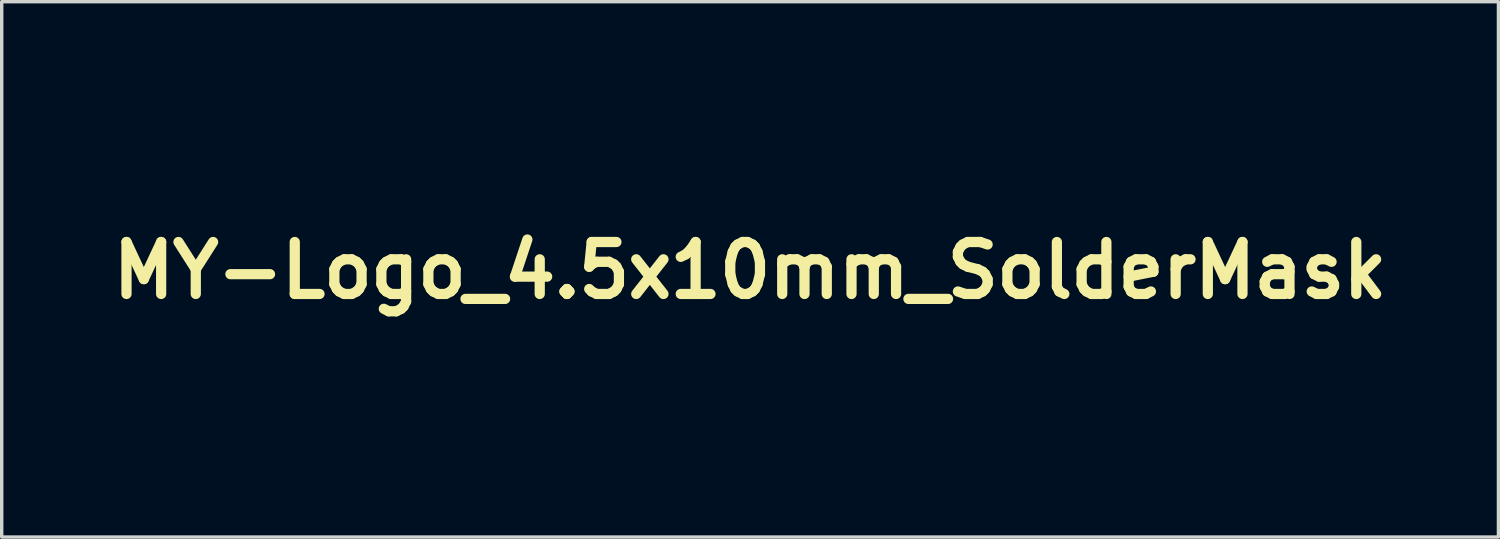
<source format=kicad_pcb>
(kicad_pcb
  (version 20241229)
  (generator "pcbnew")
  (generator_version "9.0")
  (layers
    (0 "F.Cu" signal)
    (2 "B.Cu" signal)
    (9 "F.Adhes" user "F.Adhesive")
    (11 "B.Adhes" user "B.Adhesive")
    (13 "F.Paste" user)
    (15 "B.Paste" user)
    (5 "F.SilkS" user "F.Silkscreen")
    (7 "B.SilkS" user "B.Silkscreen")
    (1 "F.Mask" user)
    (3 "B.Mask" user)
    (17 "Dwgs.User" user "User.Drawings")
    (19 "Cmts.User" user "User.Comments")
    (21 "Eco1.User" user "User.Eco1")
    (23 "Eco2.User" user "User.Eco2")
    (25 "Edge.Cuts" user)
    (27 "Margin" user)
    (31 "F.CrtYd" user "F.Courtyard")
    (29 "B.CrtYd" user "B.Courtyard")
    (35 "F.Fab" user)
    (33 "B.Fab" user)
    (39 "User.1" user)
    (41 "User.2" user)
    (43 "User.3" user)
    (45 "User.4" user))
  (footprint "MY-Logo_4.5x10mm_SolderMask"
    (layer "F.Cu")
    (at 18.948 4.882)
    (property "Reference" "MY-Logo_4.5x10mm_SolderMask" (at 0 0 0) (layer "F.SilkS") (effects (font (size 1.524 1.524) (thickness 0.3))))
    (attr board_only exclude_from_pos_files exclude_from_bom)
    (fp_poly (pts (xy 1.724 2.011) (xy 1.745 2.013) (xy 1.772 2.03) (xy 1.802 2.068) (xy 1.83 2.116) (xy 1.848 2.164) (xy 1.851 2.198) (xy 1.845 2.207) (xy 1.825 2.231) (xy 1.802 2.276) (xy 1.796 2.288) (xy 1.768 2.342) (xy 1.731 2.394) (xy 1.691 2.439) (xy 1.653 2.472) (xy 1.622 2.491) (xy 1.603 2.489) (xy 1.602 2.463) (xy 1.604 2.453) (xy 1.627 2.401) (xy 1.643 2.373) (xy 1.657 2.329) (xy 1.652 2.306) (xy 1.615 2.216) (xy 1.606 2.144) (xy 1.623 2.081) (xy 1.628 2.07) (xy 1.657 2.03) (xy 1.682 2.009) (xy 1.686 2.008)) (stroke (width 0) (type solid)) (fill yes) (layer "F.Mask"))
    (fp_poly (pts (xy 0.745 -4.81) (xy 0.872 -4.728) (xy 0.97 -4.63) (xy 1.035 -4.521) (xy 1.044 -4.498) (xy 1.058 -4.451) (xy 1.073 -4.39) (xy 1.09 -4.309) (xy 1.109 -4.203) (xy 1.132 -4.066) (xy 1.142 -4.003) (xy 1.157 -3.911) (xy 1.173 -3.82) (xy 1.187 -3.747) (xy 1.191 -3.732) (xy 1.212 -3.633) (xy 1.379 -3.641) (xy 1.481 -3.648) (xy 1.591 -3.657) (xy 1.689 -3.667) (xy 1.694 -3.667) (xy 1.802 -3.677) (xy 1.881 -3.674) (xy 1.94 -3.658) (xy 1.989 -3.625) (xy 2.016 -3.597) (xy 2.043 -3.56) (xy 2.061 -3.518) (xy 2.072 -3.464) (xy 2.074 -3.392) (xy 2.07 -3.296) (xy 2.059 -3.171) (xy 2.052 -3.107) (xy 2.042 -3.001) (xy 2.034 -2.875) (xy 2.028 -2.748) (xy 2.027 -2.678) (xy 2.024 -2.562) (xy 2.019 -2.416) (xy 2.013 -2.246) (xy 2.006 -2.061) (xy 1.998 -1.868) (xy 1.99 -1.675) (xy 1.981 -1.489) (xy 1.972 -1.319) (xy 1.964 -1.171) (xy 1.958 -1.066) (xy 1.95 -0.933) (xy 1.942 -0.779) (xy 1.935 -0.609) (xy 1.928 -0.43) (xy 1.922 -0.246) (xy 1.917 -0.065) (xy 1.912 0.11) (xy 1.91 0.271) (xy 1.908 0.413) (xy 1.908 0.531) (xy 1.91 0.618) (xy 1.911 0.643) (xy 1.927 0.857) (xy 1.952 1.067) (xy 1.982 1.263) (xy 2.017 1.434) (xy 2.03 1.487) (xy 2.048 1.561) (xy 2.062 1.626) (xy 2.071 1.69) (xy 2.077 1.764) (xy 2.08 1.854) (xy 2.082 1.97) (xy 2.082 2.035) (xy 2.083 2.39) (xy 1.961 2.621) (xy 1.893 2.742) (xy 1.833 2.833) (xy 1.777 2.899) (xy 1.719 2.945) (xy 1.655 2.977) (xy 1.64 2.982) (xy 1.615 2.991) (xy 1.595 3.002) (xy 1.577 3.019) (xy 1.56 3.047) (xy 1.54 3.091) (xy 1.516 3.156) (xy 1.485 3.247) (xy 1.445 3.37) (xy 1.439 3.386) (xy 1.396 3.504) (xy 1.345 3.627) (xy 1.287 3.749) (xy 1.228 3.866) (xy 1.168 3.972) (xy 1.111 4.062) (xy 1.06 4.131) (xy 1.018 4.174) (xy 0.992 4.185) (xy 0.97 4.202) (xy 0.947 4.242) (xy 0.943 4.254) (xy 0.92 4.295) (xy 0.875 4.355) (xy 0.816 4.424) (xy 0.761 4.483) (xy 0.644 4.593) (xy 0.535 4.671) (xy 0.43 4.721) (xy 0.32 4.747) (xy 0.307 4.749) (xy 0.239 4.76) (xy 0.156 4.777) (xy 0.106 4.79) (xy 0.029 4.804) (xy -0.069 4.814) (xy -0.179 4.818) (xy -0.289 4.817) (xy -0.39 4.811) (xy -0.472 4.801) (xy -0.515 4.789) (xy -0.566 4.762) (xy -0.624 4.722) (xy -0.679 4.679) (xy -0.723 4.637) (xy -0.747 4.606) (xy -0.749 4.6) (xy -0.759 4.574) (xy -0.786 4.526) (xy -0.826 4.463) (xy -0.85 4.427) (xy -0.901 4.35) (xy -0.95 4.273) (xy -0.989 4.211) (xy -0.998 4.196) (xy -1.117 4.015) (xy -1.25 3.846) (xy -1.263 3.831) (xy -1.008 3.831) (xy -0.999 3.847) (xy -0.982 3.882) (xy -0.979 3.901) (xy -0.971 3.93) (xy -0.961 3.936) (xy -0.946 3.953) (xy -0.933 3.995) (xy -0.93 4.008) (xy -0.91 4.069) (xy -0.874 4.134) (xy -0.862 4.151) (xy -0.829 4.197) (xy -0.809 4.234) (xy -0.806 4.243) (xy -0.792 4.276) (xy -0.761 4.308) (xy -0.732 4.32) (xy -0.708 4.305) (xy -0.691 4.281) (xy -0.681 4.249) (xy -0.699 4.232) (xy -0.701 4.231) (xy -0.725 4.205) (xy -0.727 4.188) (xy -0.732 4.147) (xy -0.744 4.109) (xy -0.751 4.06) (xy -0.73 4.031) (xy -0.686 4.028) (xy -0.659 4.037) (xy -0.62 4.049) (xy -0.598 4.036) (xy -0.595 4.032) (xy -0.573 4.016) (xy -0.553 4.026) (xy -0.52 4.037) (xy -0.464 4.042) (xy -0.428 4.04) (xy -0.365 4.038) (xy -0.328 4.046) (xy -0.304 4.067) (xy -0.3 4.072) (xy -0.275 4.096) (xy -0.26 4.091) (xy -0.262 4.072) (xy -0.271 4.07) (xy -0.285 4.063) (xy -0.282 4.058) (xy -0.259 4.058) (xy -0.242 4.068) (xy -0.224 4.101) (xy -0.23 4.146) (xy -0.235 4.205) (xy -0.226 4.274) (xy -0.225 4.276) (xy -0.211 4.323) (xy -0.192 4.345) (xy -0.157 4.35) (xy -0.117 4.349) (xy -0.034 4.335) (xy 0.038 4.304) (xy 0.078 4.277) (xy 0.098 4.26) (xy 0.098 4.258) (xy 0.096 4.237) (xy 0.107 4.203) (xy 0.123 4.174) (xy 0.133 4.166) (xy 0.152 4.15) (xy 0.161 4.116) (xy 0.158 4.08) (xy 0.148 4.066) (xy 0.135 4.054) (xy 0.149 4.051) (xy 0.171 4.039) (xy 0.167 4.008) (xy 0.14 3.967) (xy 0.121 3.947) (xy 0.095 3.926) (xy 0.768 3.926) (xy 0.778 3.936) (xy 0.787 3.926) (xy 0.778 3.917) (xy 0.768 3.926) (xy 0.095 3.926) (xy 0.083 3.917) (xy 0.056 3.913) (xy 0.041 3.922) (xy 0.023 3.932) (xy 0.019 3.916) (xy 0.023 3.881) (xy 0.027 3.838) (xy 0.016 3.823) (xy -0.012 3.826) (xy -0.05 3.824) (xy -0.065 3.813) (xy -0.073 3.809) (xy -0.075 3.823) (xy -0.093 3.849) (xy -0.131 3.864) (xy -0.171 3.863) (xy -0.191 3.852) (xy -0.209 3.843) (xy -0.211 3.853) (xy -0.228 3.869) (xy -0.271 3.888) (xy -0.296 3.895) (xy -0.378 3.912) (xy -0.423 3.915) (xy -0.434 3.902) (xy -0.432 3.897) (xy -0.433 3.88) (xy -0.44 3.878) (xy -0.46 3.891) (xy -0.461 3.896) (xy -0.476 3.909) (xy -0.512 3.907) (xy -0.557 3.895) (xy -0.597 3.875) (xy -0.604 3.869) (xy -0.538 3.869) (xy -0.528 3.878) (xy -0.518 3.869) (xy -0.528 3.859) (xy -0.538 3.869) (xy -0.604 3.869) (xy -0.614 3.86) (xy -0.651 3.831) (xy -0.682 3.823) (xy -0.72 3.82) (xy -0.782 3.812) (xy -0.842 3.802) (xy -0.916 3.792) (xy -0.962 3.792) (xy -0.99 3.802) (xy -0.992 3.804) (xy -1.008 3.831) (xy -1.263 3.831) (xy -1.264 3.83) (xy -1.334 3.747) (xy -1.387 3.671) (xy -1.43 3.588) (xy -1.471 3.487) (xy -1.493 3.427) (xy -1.533 3.311) (xy -1.563 3.227) (xy -1.585 3.168) (xy -1.588 3.164) (xy -1.506 3.164) (xy -1.496 3.197) (xy -1.477 3.247) (xy -1.447 3.326) (xy -1.418 3.409) (xy -1.407 3.445) (xy -1.379 3.523) (xy -1.348 3.585) (xy -1.319 3.622) (xy -1.303 3.629) (xy -1.279 3.617) (xy -1.241 3.589) (xy -1.238 3.587) (xy -1.205 3.545) (xy -1.19 3.503) (xy -1.19 3.503) (xy -1.177 3.45) (xy -1.14 3.426) (xy -1.086 3.434) (xy -1.079 3.437) (xy -1.039 3.456) (xy -1.017 3.464) (xy -0.998 3.477) (xy -0.963 3.507) (xy -0.95 3.519) (xy -0.894 3.558) (xy -0.825 3.591) (xy -0.806 3.598) (xy -0.749 3.612) (xy -0.711 3.611) (xy -0.676 3.595) (xy -0.672 3.593) (xy -0.632 3.562) (xy -0.609 3.538) (xy -0.579 3.516) (xy -0.567 3.513) (xy -0.538 3.498) (xy -0.532 3.487) (xy -0.507 3.466) (xy -0.463 3.449) (xy -0.462 3.449) (xy -0.398 3.427) (xy -0.344 3.392) (xy -0.306 3.35) (xy -0.287 3.309) (xy -0.294 3.274) (xy -0.318 3.256) (xy -0.337 3.235) (xy -0.334 3.221) (xy -0.33 3.207) (xy -0.336 3.211) (xy -0.361 3.211) (xy -0.402 3.193) (xy -0.413 3.187) (xy -0.455 3.166) (xy -0.484 3.16) (xy -0.487 3.162) (xy -0.496 3.156) (xy -0.499 3.135) (xy -0.512 3.098) (xy -0.528 3.084) (xy -0.554 3.059) (xy -0.557 3.044) (xy -0.572 3.013) (xy -0.595 2.995) (xy -0.63 2.961) (xy -0.645 2.929) (xy -0.674 2.884) (xy -0.731 2.854) (xy -0.805 2.844) (xy -0.822 2.845) (xy -0.859 2.851) (xy -0.883 2.87) (xy -0.905 2.91) (xy -0.922 2.952) (xy -0.943 3.011) (xy -0.957 3.055) (xy -0.96 3.072) (xy -0.972 3.096) (xy -1 3.132) (xy -1.034 3.168) (xy -1.063 3.191) (xy -1.072 3.194) (xy -1.1 3.198) (xy -1.11 3.202) (xy -1.136 3.205) (xy -1.186 3.203) (xy -1.264 3.196) (xy -1.375 3.183) (xy -1.402 3.179) (xy -1.454 3.169) (xy -1.484 3.159) (xy -1.502 3.154) (xy -1.506 3.164) (xy -1.588 3.164) (xy -1.604 3.13) (xy -1.62 3.108) (xy -1.637 3.097) (xy -1.658 3.091) (xy -1.671 3.088) (xy -1.717 3.075) (xy -1.744 3.06) (xy -1.745 3.059) (xy -1.766 3.039) (xy -1.807 3.006) (xy -1.828 2.99) (xy -1.921 2.899) (xy -1.99 2.788) (xy -2.032 2.666) (xy -2.043 2.542) (xy -2.036 2.486) (xy -2.021 2.438) (xy -2.013 2.418) (xy -1.762 2.418) (xy -1.758 2.445) (xy -1.729 2.457) (xy -1.685 2.461) (xy -1.625 2.464) (xy -1.599 2.461) (xy -1.599 2.447) (xy -1.617 2.424) (xy -1.647 2.377) (xy -1.66 2.347) (xy -1.681 2.311) (xy -1.709 2.309) (xy -1.736 2.342) (xy -1.745 2.364) (xy -1.762 2.418) (xy -2.013 2.418) (xy -1.992 2.367) (xy -1.953 2.283) (xy -1.915 2.208) (xy -1.87 2.122) (xy -1.84 2.061) (xy -1.824 2.017) (xy -1.818 1.98) (xy -1.819 1.942) (xy -1.826 1.901) (xy -1.833 1.847) (xy -1.842 1.764) (xy -1.852 1.659) (xy -1.863 1.542) (xy -1.872 1.43) (xy -1.884 1.285) (xy -1.885 1.271) (xy -1.823 1.271) (xy -1.821 1.359) (xy -1.811 1.481) (xy -1.805 1.536) (xy -1.794 1.632) (xy -1.781 1.731) (xy -1.767 1.829) (xy -1.752 1.919) (xy -1.738 1.994) (xy -1.726 2.051) (xy -1.717 2.082) (xy -1.711 2.081) (xy -1.711 2.078) (xy -1.694 2.064) (xy -1.654 2.067) (xy -1.603 2.084) (xy -1.563 2.105) (xy -1.528 2.121) (xy -1.511 2.119) (xy -1.492 2.123) (xy -1.462 2.151) (xy -1.458 2.157) (xy -1.42 2.192) (xy -1.383 2.208) (xy -1.381 2.208) (xy -1.35 2.216) (xy -1.344 2.227) (xy -1.328 2.244) (xy -1.315 2.246) (xy -1.29 2.257) (xy -1.286 2.265) (xy -1.27 2.279) (xy -1.231 2.285) (xy -1.186 2.294) (xy -1.164 2.313) (xy -1.138 2.335) (xy -1.097 2.342) (xy -1.048 2.352) (xy -1.018 2.371) (xy -0.98 2.396) (xy -0.959 2.4) (xy -0.922 2.41) (xy -0.911 2.42) (xy -0.885 2.433) (xy -0.871 2.43) (xy -0.857 2.431) (xy -0.85 2.45) (xy -0.851 2.495) (xy -0.855 2.553) (xy -0.86 2.622) (xy -0.86 2.677) (xy -0.855 2.706) (xy -0.855 2.706) (xy -0.825 2.723) (xy -0.773 2.725) (xy -0.712 2.713) (xy -0.67 2.696) (xy -0.631 2.67) (xy -0.622 2.642) (xy -0.626 2.624) (xy -0.652 2.579) (xy -0.673 2.558) (xy -0.708 2.516) (xy -0.712 2.47) (xy -0.685 2.431) (xy -0.675 2.424) (xy -0.627 2.405) (xy -0.594 2.4) (xy -0.556 2.388) (xy -0.543 2.376) (xy -0.515 2.358) (xy -0.47 2.349) (xy -0.328 2.333) (xy -0.221 2.304) (xy 1.21 2.304) (xy 1.217 2.32) (xy 1.222 2.317) (xy 1.225 2.294) (xy 1.222 2.291) (xy 1.211 2.294) (xy 1.21 2.304) (xy -0.221 2.304) (xy -0.22 2.303) (xy -0.202 2.296) (xy -0.147 2.278) (xy -0.073 2.264) (xy -0.03 2.26) (xy 0.035 2.252) (xy 0.081 2.238) (xy 0.095 2.228) (xy 0.128 2.211) (xy 0.185 2.212) (xy 0.249 2.214) (xy 0.307 2.208) (xy 0.312 2.206) (xy 0.354 2.201) (xy 0.375 2.209) (xy 0.401 2.224) (xy 0.428 2.228) (xy 0.473 2.235) (xy 0.532 2.251) (xy 0.546 2.256) (xy 0.594 2.27) (xy 0.635 2.271) (xy 0.685 2.259) (xy 0.726 2.246) (xy 0.793 2.217) (xy 1.363 2.217) (xy 1.373 2.227) (xy 1.382 2.217) (xy 1.373 2.208) (xy 1.363 2.217) (xy 0.793 2.217) (xy 0.809 2.211) (xy 0.896 2.164) (xy 0.977 2.112) (xy 1.045 2.06) (xy 1.089 2.015) (xy 1.096 2.004) (xy 1.109 1.978) (xy 1.111 1.958) (xy 1.097 1.937) (xy 1.063 1.908) (xy 1.004 1.864) (xy 0.991 1.855) (xy 0.955 1.817) (xy 0.935 1.761) (xy 0.929 1.725) (xy 0.919 1.669) (xy 0.907 1.63) (xy 0.901 1.621) (xy 0.894 1.598) (xy 0.902 1.566) (xy 0.907 1.516) (xy 0.896 1.497) (xy 0.883 1.481) (xy 0.898 1.486) (xy 0.919 1.487) (xy 0.922 1.479) (xy 0.91 1.46) (xy 0.906 1.459) (xy 0.9 1.442) (xy 0.897 1.396) (xy 0.899 1.332) (xy 0.899 1.332) (xy 0.9 1.251) (xy 0.887 1.2) (xy 0.856 1.172) (xy 0.8 1.161) (xy 0.772 1.16) (xy 0.706 1.142) (xy 0.663 1.114) (xy 0.616 1.08) (xy 0.572 1.063) (xy 0.489 1.048) (xy 0.439 1.037) (xy 0.416 1.026) (xy 0.414 1.015) (xy 0.409 1.003) (xy 0.378 1.001) (xy 0.334 1.01) (xy 0.317 1.016) (xy 0.273 1.021) (xy 0.219 1.012) (xy 0.217 1.011) (xy 0.147 1.002) (xy 0.073 1.016) (xy 0.017 1.03) (xy -0.011 1.026) (xy -0.015 1.02) (xy -0.034 1.001) (xy -0.06 1.001) (xy -0.072 1.017) (xy -0.072 1.022) (xy -0.084 1.036) (xy -0.127 1.045) (xy -0.205 1.051) (xy -0.207 1.051) (xy -0.289 1.057) (xy -0.367 1.069) (xy -0.421 1.082) (xy -0.482 1.096) (xy -0.523 1.092) (xy -0.525 1.091) (xy -0.558 1.089) (xy -0.58 1.11) (xy -0.604 1.128) (xy -0.646 1.148) (xy -0.695 1.164) (xy -0.736 1.174) (xy -0.757 1.172) (xy -0.758 1.17) (xy -0.773 1.174) (xy -0.803 1.188) (xy -0.844 1.202) (xy -0.874 1.19) (xy -0.913 1.179) (xy -0.933 1.186) (xy -0.98 1.192) (xy -1.015 1.178) (xy -1.073 1.159) (xy -1.127 1.152) (xy -1.173 1.146) (xy -1.2 1.133) (xy -1.2 1.132) (xy -1.224 1.122) (xy -1.231 1.124) (xy -1.259 1.124) (xy -1.278 1.113) (xy -1.3 1.101) (xy -1.306 1.105) (xy -1.315 1.104) (xy -1.334 1.084) (xy -1.351 1.065) (xy -1.368 1.063) (xy -1.393 1.083) (xy -1.434 1.128) (xy -1.439 1.133) (xy -1.516 1.219) (xy -1.478 1.138) (xy -1.455 1.09) (xy -1.442 1.058) (xy -1.44 1.052) (xy -1.457 1.048) (xy -1.501 1.043) (xy -1.526 1.041) (xy -1.582 1.042) (xy -1.61 1.052) (xy -1.613 1.057) (xy -1.602 1.07) (xy -1.597 1.068) (xy -1.583 1.073) (xy -1.581 1.086) (xy -1.592 1.11) (xy -1.619 1.109) (xy -1.648 1.084) (xy -1.65 1.08) (xy -1.668 1.057) (xy -1.682 1.067) (xy -1.69 1.08) (xy -1.72 1.108) (xy -1.739 1.114) (xy -1.769 1.129) (xy -1.78 1.147) (xy -1.798 1.181) (xy -1.807 1.191) (xy -1.819 1.216) (xy -1.823 1.271) (xy -1.885 1.271) (xy -1.894 1.173) (xy -1.903 1.088) (xy -1.913 1.026) (xy -1.924 0.98) (xy -1.939 0.946) (xy -1.957 0.918) (xy -1.981 0.891) (xy -1.988 0.883) (xy 1.19 0.883) (xy 1.197 0.899) (xy 1.203 0.896) (xy 1.205 0.873) (xy 1.203 0.87) (xy 1.192 0.873) (xy 1.19 0.883) (xy -1.988 0.883) (xy -1.994 0.877) (xy -2.027 0.84) (xy 1.24 0.84) (xy 1.252 0.84) (xy 1.279 0.817) (xy 1.282 0.81) (xy 1.28 0.789) (xy 1.263 0.791) (xy 1.243 0.811) (xy 1.24 0.818) (xy 1.24 0.84) (xy -2.027 0.84) (xy -2.032 0.835) (xy -2.053 0.8) (xy -2.057 0.778) (xy 1.306 0.778) (xy 1.315 0.787) (xy 1.325 0.778) (xy 1.315 0.768) (xy 1.306 0.778) (xy -2.057 0.778) (xy -2.062 0.756) (xy -2.064 0.69) (xy -2.064 0.676) (xy -2.062 0.606) (xy -2.056 0.565) (xy -2.043 0.546) (xy -2.03 0.541) (xy -2.002 0.549) (xy -1.996 0.57) (xy -1.984 0.609) (xy -1.957 0.651) (xy -1.925 0.682) (xy -1.894 0.684) (xy -1.873 0.676) (xy -1.831 0.637) (xy -1.813 0.575) (xy -1.822 0.496) (xy -1.83 0.47) (xy -1.846 0.385) (xy -1.838 0.352) (xy 0.544 0.352) (xy 0.547 0.363) (xy 0.557 0.365) (xy 0.573 0.358) (xy 0.57 0.352) (xy 0.547 0.35) (xy 0.544 0.352) (xy -1.838 0.352) (xy -1.831 0.32) (xy -1.783 0.273) (xy -1.775 0.269) (xy -1.728 0.229) (xy -1.694 0.184) (xy -1.604 0.184) (xy -1.527 0.163) (xy -1.457 0.14) (xy -1.384 0.111) (xy -1.373 0.105) (xy -1.344 0.092) (xy -1.312 0.083) (xy -1.271 0.076) (xy -1.215 0.072) (xy -1.139 0.069) (xy -1.037 0.068) (xy -0.903 0.068) (xy -0.883 0.068) (xy -0.759 0.069) (xy -0.646 0.071) (xy -0.551 0.074) (xy -0.479 0.078) (xy -0.438 0.082) (xy -0.432 0.084) (xy -0.391 0.094) (xy -0.329 0.103) (xy -0.295 0.105) (xy -0.23 0.113) (xy -0.176 0.125) (xy -0.159 0.132) (xy -0.121 0.14) (xy -0.056 0.144) (xy 0.024 0.142) (xy 0.026 0.142) (xy 0.103 0.139) (xy 0.148 0.141) (xy 0.167 0.149) (xy 0.168 0.157) (xy 0.179 0.176) (xy 0.207 0.176) (xy 0.254 0.184) (xy 0.28 0.2) (xy 0.32 0.225) (xy 0.345 0.23) (xy 0.386 0.244) (xy 0.403 0.259) (xy 0.428 0.28) (xy 0.439 0.283) (xy 0.463 0.286) (xy 0.51 0.298) (xy 0.534 0.306) (xy 0.586 0.327) (xy 0.608 0.348) (xy 0.608 0.368) (xy 0.606 0.398) (xy 0.624 0.397) (xy 0.653 0.374) (xy 0.681 0.355) (xy 0.701 0.364) (xy 0.71 0.374) (xy 0.748 0.397) (xy 0.779 0.403) (xy 0.819 0.411) (xy 0.837 0.428) (xy 0.826 0.447) (xy 0.821 0.45) (xy 0.818 0.455) (xy 0.843 0.452) (xy 0.884 0.454) (xy 0.938 0.469) (xy 0.993 0.491) (xy 1.036 0.515) (xy 1.056 0.536) (xy 1.056 0.538) (xy 1.072 0.554) (xy 1.092 0.557) (xy 1.124 0.574) (xy 1.148 0.614) (xy 1.154 0.664) (xy 1.154 0.665) (xy 1.168 0.686) (xy 1.19 0.697) (xy 1.221 0.7) (xy 1.229 0.694) (xy 1.245 0.685) (xy 1.282 0.682) (xy 1.352 0.698) (xy 1.434 0.747) (xy 1.497 0.8) (xy 1.533 0.83) (xy 1.558 0.845) (xy 1.56 0.845) (xy 1.573 0.86) (xy 1.574 0.874) (xy 1.586 0.899) (xy 1.596 0.902) (xy 1.608 0.916) (xy 1.605 0.933) (xy 1.603 0.955) (xy 1.622 0.953) (xy 1.647 0.955) (xy 1.651 0.968) (xy 1.665 1.001) (xy 1.681 1.018) (xy 1.714 1.059) (xy 1.747 1.122) (xy 1.776 1.194) (xy 1.795 1.26) (xy 1.797 1.308) (xy 1.796 1.348) (xy 1.806 1.367) (xy 1.828 1.391) (xy 1.842 1.437) (xy 1.846 1.488) (xy 1.838 1.529) (xy 1.831 1.538) (xy 1.808 1.575) (xy 1.805 1.594) (xy 1.792 1.63) (xy 1.76 1.673) (xy 1.75 1.683) (xy 1.716 1.721) (xy 1.697 1.75) (xy 1.696 1.754) (xy 1.682 1.788) (xy 1.653 1.823) (xy 1.623 1.842) (xy 1.618 1.843) (xy 1.598 1.859) (xy 1.593 1.88) (xy 1.589 1.903) (xy 1.573 1.926) (xy 1.539 1.958) (xy 1.481 2.002) (xy 1.454 2.021) (xy 1.425 2.049) (xy 1.412 2.084) (xy 1.41 2.142) (xy 1.41 2.151) (xy 1.408 2.208) (xy 1.399 2.242) (xy 1.393 2.247) (xy 1.389 2.256) (xy 1.406 2.273) (xy 1.433 2.311) (xy 1.439 2.36) (xy 1.43 2.412) (xy 1.407 2.456) (xy 1.375 2.483) (xy 1.337 2.482) (xy 1.331 2.479) (xy 1.309 2.463) (xy 1.309 2.458) (xy 1.31 2.447) (xy 1.29 2.422) (xy 1.261 2.393) (xy 1.231 2.37) (xy 1.212 2.361) (xy 1.191 2.349) (xy 1.19 2.344) (xy 1.178 2.331) (xy 1.146 2.338) (xy 1.106 2.361) (xy 1.066 2.395) (xy 1.05 2.414) (xy 1.019 2.45) (xy 0.997 2.466) (xy 0.994 2.466) (xy 0.977 2.473) (xy 0.947 2.503) (xy 0.911 2.544) (xy 0.877 2.589) (xy 0.852 2.627) (xy 0.845 2.647) (xy 0.829 2.666) (xy 0.816 2.669) (xy 0.79 2.678) (xy 0.787 2.685) (xy 0.784 2.714) (xy 0.775 2.762) (xy 0.775 2.765) (xy 0.77 2.807) (xy 0.779 2.817) (xy 0.784 2.814) (xy 0.805 2.808) (xy 0.802 2.828) (xy 0.778 2.87) (xy 0.733 2.93) (xy 0.73 2.935) (xy 0.661 3.018) (xy 0.598 3.086) (xy 0.547 3.133) (xy 0.511 3.157) (xy 0.498 3.158) (xy 0.481 3.158) (xy 0.48 3.164) (xy 0.463 3.176) (xy 0.423 3.183) (xy 0.421 3.183) (xy 0.372 3.19) (xy 0.339 3.202) (xy 0.3 3.22) (xy 0.288 3.222) (xy 0.242 3.228) (xy 0.182 3.238) (xy 0.121 3.251) (xy 0.07 3.263) (xy 0.043 3.272) (xy 0.042 3.273) (xy 0.053 3.279) (xy 0.091 3.283) (xy 0.114 3.283) (xy 0.167 3.286) (xy 0.196 3.301) (xy 0.215 3.335) (xy 0.217 3.341) (xy 0.238 3.38) (xy 0.26 3.398) (xy 0.261 3.398) (xy 0.287 3.413) (xy 0.316 3.448) (xy 0.34 3.48) (xy 0.356 3.483) (xy 0.375 3.462) (xy 0.395 3.44) (xy 0.402 3.45) (xy 0.403 3.475) (xy 0.418 3.522) (xy 0.442 3.547) (xy 0.472 3.576) (xy 0.48 3.597) (xy 0.491 3.63) (xy 0.516 3.669) (xy 0.547 3.701) (xy 0.572 3.715) (xy 0.578 3.714) (xy 0.594 3.717) (xy 0.595 3.723) (xy 0.605 3.741) (xy 0.61 3.741) (xy 0.649 3.742) (xy 0.664 3.756) (xy 0.662 3.764) (xy 0.656 3.795) (xy 0.663 3.836) (xy 0.677 3.869) (xy 0.689 3.878) (xy 0.698 3.862) (xy 0.695 3.827) (xy 0.686 3.777) (xy 0.725 3.816) (xy 0.767 3.853) (xy 0.799 3.875) (xy 0.823 3.895) (xy 0.819 3.921) (xy 0.81 3.937) (xy 0.795 3.97) (xy 0.805 3.998) (xy 0.826 4.023) (xy 0.876 4.058) (xy 0.929 4.076) (xy 0.971 4.082) (xy 0.991 4.086) (xy 0.991 4.086) (xy 1.002 4.073) (xy 1.029 4.035) (xy 1.067 3.98) (xy 1.08 3.96) (xy 1.201 3.758) (xy 1.303 3.539) (xy 1.383 3.322) (xy 1.424 3.197) (xy 1.457 3.104) (xy 1.484 3.037) (xy 1.508 2.991) (xy 1.531 2.961) (xy 1.556 2.94) (xy 1.587 2.925) (xy 1.589 2.925) (xy 1.656 2.891) (xy 1.715 2.847) (xy 1.769 2.788) (xy 1.825 2.706) (xy 1.887 2.596) (xy 1.905 2.562) (xy 2.025 2.333) (xy 2.024 2.035) (xy 2.022 1.911) (xy 2.018 1.814) (xy 2.011 1.734) (xy 1.999 1.661) (xy 1.981 1.582) (xy 1.972 1.545) (xy 1.928 1.345) (xy 1.892 1.114) (xy 1.865 0.863) (xy 1.853 0.672) (xy 1.85 0.588) (xy 1.85 0.471) (xy 1.851 0.328) (xy 1.853 0.164) (xy 1.857 -0.015) (xy 1.862 -0.203) (xy 1.867 -0.394) (xy 1.874 -0.582) (xy 1.881 -0.762) (xy 1.889 -0.927) (xy 1.897 -1.072) (xy 1.9 -1.123) (xy 1.907 -1.234) (xy 1.915 -1.375) (xy 1.923 -1.541) (xy 1.931 -1.722) (xy 1.939 -1.912) (xy 1.947 -2.103) (xy 1.954 -2.288) (xy 1.96 -2.459) (xy 1.965 -2.61) (xy 1.967 -2.732) (xy 1.968 -2.755) (xy 1.971 -2.869) (xy 1.978 -2.992) (xy 1.986 -3.107) (xy 1.993 -3.168) (xy 2.005 -3.291) (xy 2.008 -3.383) (xy 2.001 -3.452) (xy 1.983 -3.504) (xy 1.953 -3.546) (xy 1.943 -3.557) (xy 1.887 -3.613) (xy 1.527 -3.591) (xy 1.414 -3.584) (xy 1.314 -3.579) (xy 1.235 -3.576) (xy 1.181 -3.575) (xy 1.16 -3.576) (xy 1.16 -3.576) (xy 1.152 -3.598) (xy 1.14 -3.65) (xy 1.124 -3.722) (xy 1.108 -3.807) (xy 1.092 -3.894) (xy 1.078 -3.976) (xy 1.068 -4.044) (xy 1.066 -4.061) (xy 1.048 -4.184) (xy 1.021 -4.306) (xy 0.989 -4.417) (xy 0.954 -4.507) (xy 0.927 -4.557) (xy 0.869 -4.627) (xy 0.797 -4.688) (xy 0.702 -4.746) (xy 0.653 -4.771) (xy 0.609 -4.793) (xy 0.571 -4.807) (xy 0.532 -4.815) (xy 0.482 -4.818) (xy 0.413 -4.817) (xy 0.315 -4.812) (xy 0.298 -4.811) (xy 0.152 -4.801) (xy 0.01 -4.788) (xy -0.12 -4.772) (xy -0.232 -4.754) (xy -0.32 -4.736) (xy -0.377 -4.717) (xy -0.381 -4.715) (xy -0.424 -4.696) (xy -0.49 -4.67) (xy -0.565 -4.641) (xy -0.574 -4.638) (xy -0.651 -4.607) (xy -0.721 -4.573) (xy -0.769 -4.542) (xy -0.772 -4.54) (xy -0.821 -4.508) (xy -0.867 -4.493) (xy -0.873 -4.493) (xy -0.917 -4.482) (xy -0.938 -4.467) (xy -0.948 -4.439) (xy -0.958 -4.38) (xy -0.968 -4.287) (xy -0.979 -4.16) (xy -0.99 -3.997) (xy -1.002 -3.798) (xy -1.015 -3.561) (xy -1.017 -3.523) (xy -1.03 -3.292) (xy -1.041 -3.094) (xy -1.052 -2.926) (xy -1.062 -2.781) (xy -1.073 -2.655) (xy -1.084 -2.545) (xy -1.097 -2.443) (xy -1.111 -2.347) (xy -1.127 -2.251) (xy -1.142 -2.169) (xy -1.163 -2.056) (xy -1.187 -1.922) (xy -1.212 -1.782) (xy -1.235 -1.652) (xy -1.237 -1.641) (xy -1.257 -1.524) (xy -1.278 -1.404) (xy -1.297 -1.294) (xy -1.313 -1.206) (xy -1.316 -1.19) (xy -1.33 -1.103) (xy -1.346 -0.993) (xy -1.362 -0.875) (xy -1.373 -0.787) (xy -1.403 -0.573) (xy -1.443 -0.361) (xy -1.491 -0.162) (xy -1.543 0.012) (xy -1.549 0.03) (xy -1.604 0.184) (xy -1.694 0.184) (xy -1.688 0.176) (xy -1.686 0.171) (xy -1.637 0.058) (xy -1.589 -0.085) (xy -1.543 -0.247) (xy -1.502 -0.418) (xy -1.468 -0.59) (xy -1.444 -0.752) (xy -1.432 -0.87) (xy -1.426 -0.948) (xy -1.419 -1.012) (xy -1.412 -1.052) (xy -1.409 -1.059) (xy -1.402 -1.084) (xy -1.391 -1.139) (xy -1.376 -1.218) (xy -1.359 -1.312) (xy -1.353 -1.35) (xy -1.333 -1.474) (xy -1.309 -1.611) (xy -1.284 -1.755) (xy -1.259 -1.898) (xy -1.235 -2.035) (xy -1.212 -2.158) (xy -1.193 -2.261) (xy -1.178 -2.337) (xy -1.172 -2.37) (xy -1.164 -2.415) (xy -1.155 -2.488) (xy -1.145 -2.584) (xy -1.135 -2.697) (xy -1.124 -2.819) (xy -1.114 -2.946) (xy -1.104 -3.071) (xy -1.096 -3.188) (xy -1.089 -3.291) (xy -1.085 -3.375) (xy -1.084 -3.432) (xy -1.086 -3.457) (xy -1.086 -3.458) (xy -1.088 -3.482) (xy -1.086 -3.536) (xy -1.082 -3.611) (xy -1.076 -3.69) (xy -1.067 -3.792) (xy -1.057 -3.918) (xy -1.047 -4.053) (xy -1.038 -4.182) (xy -1.037 -4.202) (xy -1.029 -4.307) (xy -1.019 -4.398) (xy -1.01 -4.47) (xy -1 -4.514) (xy -0.996 -4.524) (xy -0.961 -4.545) (xy -0.93 -4.55) (xy -0.887 -4.562) (xy -0.837 -4.592) (xy -0.83 -4.598) (xy -0.784 -4.627) (xy -0.715 -4.662) (xy -0.638 -4.693) (xy -0.631 -4.696) (xy -0.556 -4.724) (xy -0.488 -4.751) (xy -0.442 -4.771) (xy -0.438 -4.773) (xy -0.382 -4.792) (xy -0.295 -4.811) (xy -0.181 -4.829) (xy -0.047 -4.845) (xy 0.1 -4.858) (xy 0.255 -4.868) (xy 0.308 -4.87) (xy 0.607 -4.882)) (stroke (width 0) (type solid)) (fill yes) (layer "F.Mask")))
  (gr_rect
    (start -3 -3)
    (end 40.897 12.7)
    (stroke (width 0.1) (type default))
    (fill no)
    (layer "Edge.Cuts")))
</source>
